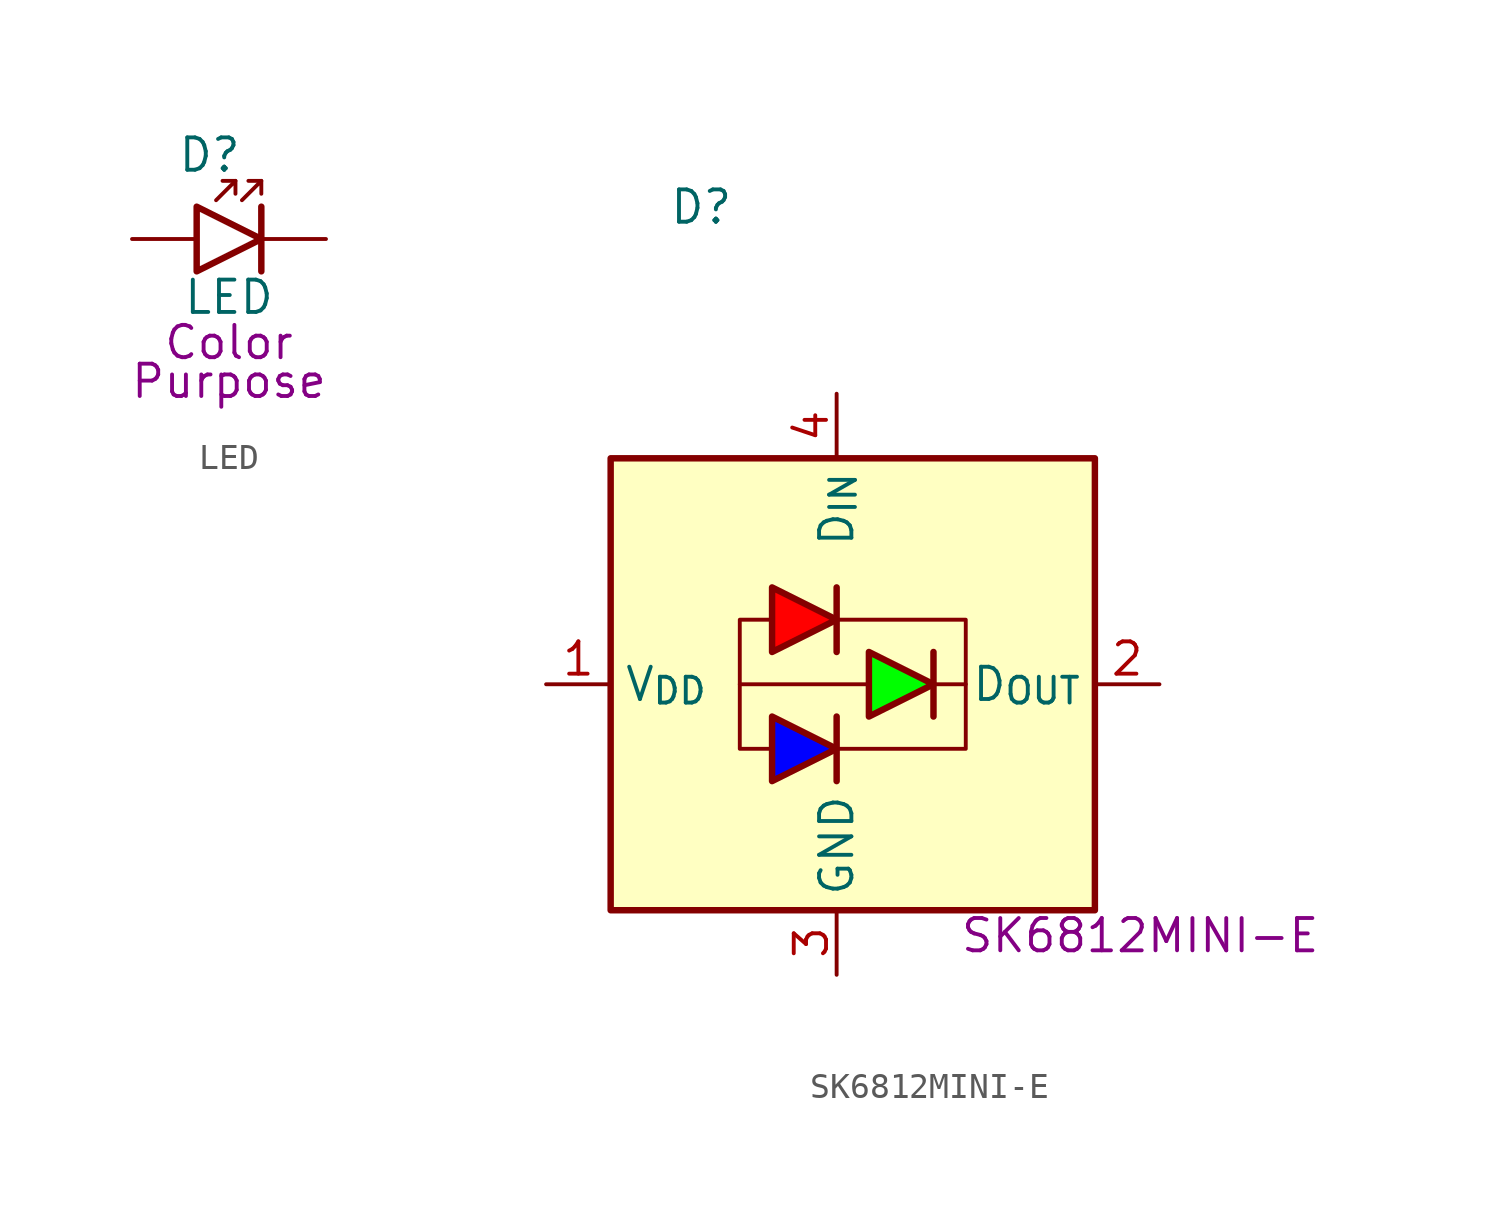
<source format=kicad_sym>
(kicad_symbol_lib
  (version 20231120)
  (generator "kicad_symbol_editor")
  (generator_version "8.0")
  (symbol "LED"
    (pin_numbers hide)
    (pin_names
      (offset 1.016) hide)
    (property "Reference" "D"
      (at -0.762 3.302 0)
      (effects (font (size 1.27 1.27))))
    (property "Value" "LED"
      (at 0 -2.286 0)
      (effects (font (size 1.27 1.27))))
    (property "Color" "Color"
      (at 0 -4.064 0)
      (effects (font (size 1.27 1.27))))
    (property "LEDPurpose" "Purpose"
      (at 0 -5.588 0)
      (effects (font (size 1.27 1.27))))
    (symbol "LED_0_1"
      (polyline (pts (xy 1.27 2.286) (xy 0.762 2.286)) (stroke (width 0) (type default)) (fill (type none)))
      (polyline (pts (xy 0.508 1.524) (xy 1.27 2.286) (xy 1.27 1.778)) (stroke (width 0) (type default)) (fill (type none))))
    (symbol "LED_1_1"
      (polyline (pts (xy 0.254 2.286) (xy -0.254 2.286)) (stroke (width 0) (type default)) (fill (type none)))
      (polyline (pts (xy 1.27 -1.27) (xy 1.27 1.27)) (stroke (width 0.254) (type default)) (fill (type none)))
      (polyline (pts (xy -0.508 1.524) (xy 0.254 2.286) (xy 0.254 1.778)) (stroke (width 0) (type default)) (fill (type none)))
      (polyline (pts (xy -1.27 1.27) (xy 1.27 0) (xy -1.27 -1.27) (xy -1.27 1.27)) (stroke (width 0.254) (type default)) (fill (type none)))
      (pin passive line (at -3.81 0 0) (length 2.54) (name "A" (effects (font (size 1.27 1.27)))) (number "A" (effects (font (size 1.27 1.27)))))
      (pin passive line (at 3.81 0 180) (length 2.54) (name "C" (effects (font (size 1.27 1.27)))) (number "C" (effects (font (size 1.27 1.27)))))))
  (symbol "SK6812MINI-E"
    (property "Reference" "D"
      (at -6.604 18.034 0)
      (effects (font (size 1.27 1.27)) (justify left bottom)))
    (property "MPN" "SK6812MINI-E"
      (at 4.826 -9.144 0)
      (effects (font (size 1.27 1.27)) (justify left top)))
    (symbol "SK6812MINI-E_0_0"
      (pin output line (at 12.7 0 180) (length 2.54) (name "D_{OUT}" (effects (font (size 1.27 1.27)))) (number "2" (effects (font (size 1.27 1.27)))))
      (pin power_in line (at 0 -11.43 90) (length 2.54) (name "GND" (effects (font (size 1.27 1.27)))) (number "3" (effects (font (size 1.27 1.27)))))
      (pin input line (at 0 11.43 270) (length 2.54) (name "D_{IN}" (effects (font (size 1.27 1.27)))) (number "4" (effects (font (size 1.27 1.27))))))
    (symbol "SK6812MINI-E_0_1"
      (polyline (pts (xy 1.27 0) (xy -3.81 0)) (stroke (width 0) (type default)) (fill (type none)))
      (polyline (pts (xy 3.81 0) (xy 5.08 0)) (stroke (width 0) (type default)) (fill (type none)))
      (polyline (pts (xy -2.54 2.54) (xy -3.81 2.54) (xy -3.81 -2.54) (xy -2.54 -2.54)) (stroke (width 0) (type default)) (fill (type none)))
      (polyline (pts (xy 0 2.54) (xy 5.08 2.54) (xy 5.08 -2.54) (xy 0 -2.54)) (stroke (width 0) (type default)) (fill (type none))))
    (symbol "SK6812MINI-E_1_0"
      (pin power_in line (at -11.43 0 0) (length 2.54) (name "V_{DD}" (effects (font (size 1.27 1.27)))) (number "1" (effects (font (size 1.27 1.27))))))
    (symbol "SK6812MINI-E_1_1"
      (rectangle (start -8.89 8.89) (end 10.16 -8.89) (stroke (width 0.254) (type default)) (fill (type background)))
      (polyline (pts (xy 0 -3.81) (xy 0 -1.27)) (stroke (width 0.254) (type default)) (fill (type none)))
      (polyline (pts (xy 0 1.27) (xy 0 3.81)) (stroke (width 0.254) (type default)) (fill (type none)))
      (polyline (pts (xy 3.81 -1.27) (xy 3.81 1.27)) (stroke (width 0.254) (type default)) (fill (type none)))
      (polyline (pts (xy -2.54 -1.27) (xy 0 -2.54) (xy -2.54 -3.81) (xy -2.54 -1.27)) (stroke (width 0.254) (type default)) (fill (type color) (color 0 0 255 1)))
      (polyline (pts (xy -2.54 3.81) (xy 0 2.54) (xy -2.54 1.27) (xy -2.54 3.81)) (stroke (width 0.254) (type default)) (fill (type color) (color 255 0 0 1)))
      (polyline (pts (xy 1.27 1.27) (xy 3.81 0) (xy 1.27 -1.27) (xy 1.27 1.27)) (stroke (width 0.254) (type default)) (fill (type color) (color 0 255 0 1))))))
</source>
